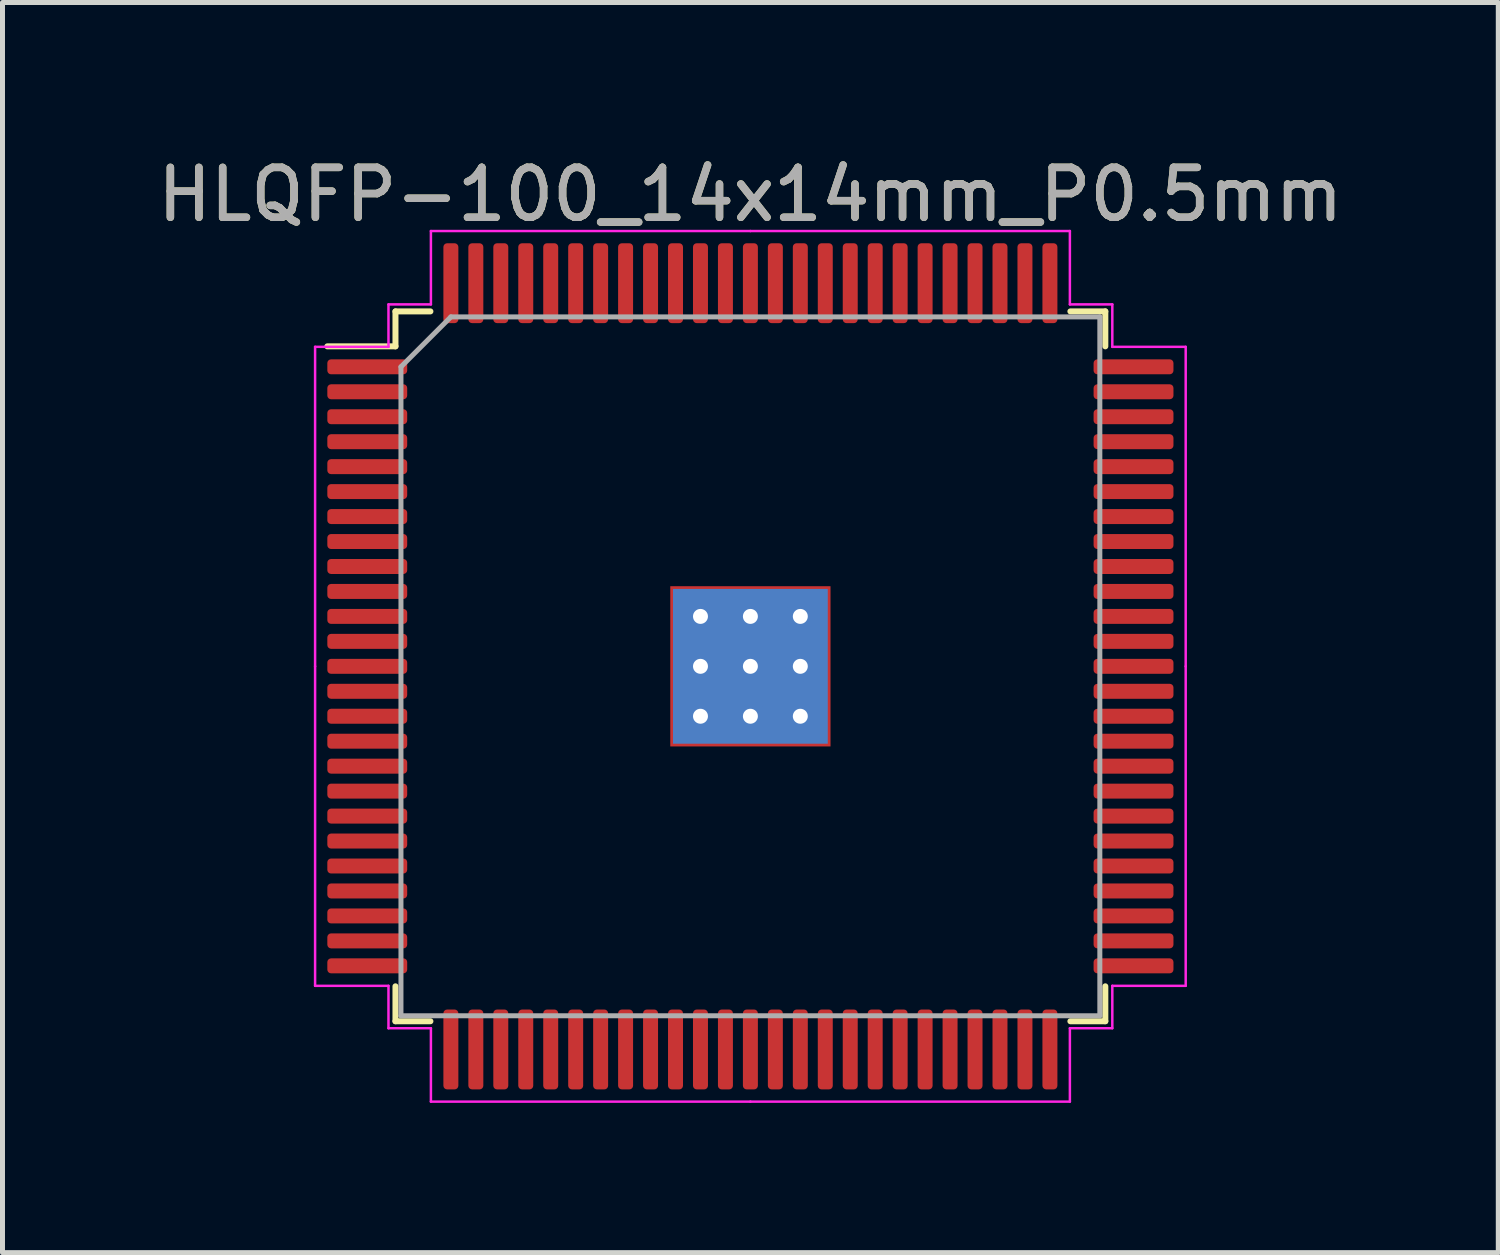
<source format=kicad_pcb>
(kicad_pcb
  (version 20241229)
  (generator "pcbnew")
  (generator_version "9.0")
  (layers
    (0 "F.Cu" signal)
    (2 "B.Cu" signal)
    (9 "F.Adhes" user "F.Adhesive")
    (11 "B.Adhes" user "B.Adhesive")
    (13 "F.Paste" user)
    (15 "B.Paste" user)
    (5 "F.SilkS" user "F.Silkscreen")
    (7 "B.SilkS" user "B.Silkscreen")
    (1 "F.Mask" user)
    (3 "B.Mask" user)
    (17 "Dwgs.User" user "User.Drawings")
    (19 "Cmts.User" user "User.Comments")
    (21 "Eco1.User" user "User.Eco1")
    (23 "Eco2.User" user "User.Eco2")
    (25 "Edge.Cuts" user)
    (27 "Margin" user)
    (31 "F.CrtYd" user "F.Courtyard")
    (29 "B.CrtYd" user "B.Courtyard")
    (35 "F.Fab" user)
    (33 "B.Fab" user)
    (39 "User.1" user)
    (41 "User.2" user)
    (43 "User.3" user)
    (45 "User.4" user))
  (footprint "HLQFP-100_14x14mm_P0.5mm"
    (layer "F.Cu")
    (at 11.982 10.298)
    (property "Reference" "HLQFP-100_14x14mm_P0.5mm" (at 0 -9.45 0) (layer "F.SilkS") (effects (font (size 1 1) (thickness 0.15))))
    (attr smd)
    (fp_line (start -7.11 -7.11) (end -7.11 -6.41) (stroke (width 0.12) (type solid)) (layer "F.SilkS"))
    (fp_line (start -7.11 -6.41) (end -8.475 -6.41) (stroke (width 0.12) (type solid)) (layer "F.SilkS"))
    (fp_line (start -7.11 7.11) (end -7.11 6.41) (stroke (width 0.12) (type solid)) (layer "F.SilkS"))
    (fp_line (start -6.41 -7.11) (end -7.11 -7.11) (stroke (width 0.12) (type solid)) (layer "F.SilkS"))
    (fp_line (start -6.41 7.11) (end -7.11 7.11) (stroke (width 0.12) (type solid)) (layer "F.SilkS"))
    (fp_line (start 6.41 -7.11) (end 7.11 -7.11) (stroke (width 0.12) (type solid)) (layer "F.SilkS"))
    (fp_line (start 6.41 7.11) (end 7.11 7.11) (stroke (width 0.12) (type solid)) (layer "F.SilkS"))
    (fp_line (start 7.11 -7.11) (end 7.11 -6.41) (stroke (width 0.12) (type solid)) (layer "F.SilkS"))
    (fp_line (start 7.11 7.11) (end 7.11 6.41) (stroke (width 0.12) (type solid)) (layer "F.SilkS"))
    (fp_rect (start -1.455 -1.455) (end -0.15 -0.15) (stroke (width 0.12) (type solid)) (fill yes) (layer "F.Paste"))
    (fp_rect (start -1.455 0.15) (end -0.15 1.455) (stroke (width 0.12) (type solid)) (fill yes) (layer "F.Paste"))
    (fp_rect (start 0.15 -1.456) (end 1.456 -0.15) (stroke (width 0.12) (type solid)) (fill yes) (layer "F.Paste"))
    (fp_rect (start 0.15 0.15) (end 1.455 1.455) (stroke (width 0.12) (type solid)) (fill yes) (layer "F.Paste"))
    (fp_line (start -8.72 -6.4) (end -8.72 0) (stroke (width 0.05) (type solid)) (layer "F.CrtYd"))
    (fp_line (start -8.72 6.4) (end -8.72 0) (stroke (width 0.05) (type solid)) (layer "F.CrtYd"))
    (fp_line (start -7.25 -7.25) (end -7.25 -6.4) (stroke (width 0.05) (type solid)) (layer "F.CrtYd"))
    (fp_line (start -7.25 -6.4) (end -8.72 -6.4) (stroke (width 0.05) (type solid)) (layer "F.CrtYd"))
    (fp_line (start -7.25 6.4) (end -8.72 6.4) (stroke (width 0.05) (type solid)) (layer "F.CrtYd"))
    (fp_line (start -7.25 7.25) (end -7.25 6.4) (stroke (width 0.05) (type solid)) (layer "F.CrtYd"))
    (fp_line (start -6.4 -8.72) (end -6.4 -7.25) (stroke (width 0.05) (type solid)) (layer "F.CrtYd"))
    (fp_line (start -6.4 -7.25) (end -7.25 -7.25) (stroke (width 0.05) (type solid)) (layer "F.CrtYd"))
    (fp_line (start -6.4 7.25) (end -7.25 7.25) (stroke (width 0.05) (type solid)) (layer "F.CrtYd"))
    (fp_line (start -6.4 8.72) (end -6.4 7.25) (stroke (width 0.05) (type solid)) (layer "F.CrtYd"))
    (fp_line (start 0 -8.72) (end -6.4 -8.72) (stroke (width 0.05) (type solid)) (layer "F.CrtYd"))
    (fp_line (start 0 -8.72) (end 6.4 -8.72) (stroke (width 0.05) (type solid)) (layer "F.CrtYd"))
    (fp_line (start 0 8.72) (end -6.4 8.72) (stroke (width 0.05) (type solid)) (layer "F.CrtYd"))
    (fp_line (start 0 8.72) (end 6.4 8.72) (stroke (width 0.05) (type solid)) (layer "F.CrtYd"))
    (fp_line (start 6.4 -8.72) (end 6.4 -7.25) (stroke (width 0.05) (type solid)) (layer "F.CrtYd"))
    (fp_line (start 6.4 -7.25) (end 7.25 -7.25) (stroke (width 0.05) (type solid)) (layer "F.CrtYd"))
    (fp_line (start 6.4 7.25) (end 7.25 7.25) (stroke (width 0.05) (type solid)) (layer "F.CrtYd"))
    (fp_line (start 6.4 8.72) (end 6.4 7.25) (stroke (width 0.05) (type solid)) (layer "F.CrtYd"))
    (fp_line (start 7.25 -7.25) (end 7.25 -6.4) (stroke (width 0.05) (type solid)) (layer "F.CrtYd"))
    (fp_line (start 7.25 -6.4) (end 8.72 -6.4) (stroke (width 0.05) (type solid)) (layer "F.CrtYd"))
    (fp_line (start 7.25 6.4) (end 8.72 6.4) (stroke (width 0.05) (type solid)) (layer "F.CrtYd"))
    (fp_line (start 7.25 7.25) (end 7.25 6.4) (stroke (width 0.05) (type solid)) (layer "F.CrtYd"))
    (fp_line (start 8.72 -6.4) (end 8.72 0) (stroke (width 0.05) (type solid)) (layer "F.CrtYd"))
    (fp_line (start 8.72 6.4) (end 8.72 0) (stroke (width 0.05) (type solid)) (layer "F.CrtYd"))
    (fp_line (start -7 -6) (end -6 -7) (stroke (width 0.1) (type solid)) (layer "F.Fab"))
    (fp_line (start -7 7) (end -7 -6) (stroke (width 0.1) (type solid)) (layer "F.Fab"))
    (fp_line (start -6 -7) (end 7 -7) (stroke (width 0.1) (type solid)) (layer "F.Fab"))
    (fp_line (start 7 -7) (end 7 7) (stroke (width 0.1) (type solid)) (layer "F.Fab"))
    (fp_line (start 7 7) (end -7 7) (stroke (width 0.1) (type solid)) (layer "F.Fab"))
    (fp_text user "${REFERENCE}" (at 0 -9.45 0) (layer "F.Fab") (effects (font (size 1 1) (thickness 0.15))))
    (pad "1" smd roundrect (at -7.675 -6) (size 1.6 0.3) (layers "F.Cu" "F.Mask" "F.Paste") (roundrect_rratio 0.25))
    (pad "2" smd roundrect (at -7.675 -5.5) (size 1.6 0.3) (layers "F.Cu" "F.Mask" "F.Paste") (roundrect_rratio 0.25))
    (pad "3" smd roundrect (at -7.675 -5) (size 1.6 0.3) (layers "F.Cu" "F.Mask" "F.Paste") (roundrect_rratio 0.25))
    (pad "4" smd roundrect (at -7.675 -4.5) (size 1.6 0.3) (layers "F.Cu" "F.Mask" "F.Paste") (roundrect_rratio 0.25))
    (pad "5" smd roundrect (at -7.675 -4) (size 1.6 0.3) (layers "F.Cu" "F.Mask" "F.Paste") (roundrect_rratio 0.25))
    (pad "6" smd roundrect (at -7.675 -3.5) (size 1.6 0.3) (layers "F.Cu" "F.Mask" "F.Paste") (roundrect_rratio 0.25))
    (pad "7" smd roundrect (at -7.675 -3) (size 1.6 0.3) (layers "F.Cu" "F.Mask" "F.Paste") (roundrect_rratio 0.25))
    (pad "8" smd roundrect (at -7.675 -2.5) (size 1.6 0.3) (layers "F.Cu" "F.Mask" "F.Paste") (roundrect_rratio 0.25))
    (pad "9" smd roundrect (at -7.675 -2) (size 1.6 0.3) (layers "F.Cu" "F.Mask" "F.Paste") (roundrect_rratio 0.25))
    (pad "10" smd roundrect (at -7.675 -1.5) (size 1.6 0.3) (layers "F.Cu" "F.Mask" "F.Paste") (roundrect_rratio 0.25))
    (pad "11" smd roundrect (at -7.675 -1) (size 1.6 0.3) (layers "F.Cu" "F.Mask" "F.Paste") (roundrect_rratio 0.25))
    (pad "12" smd roundrect (at -7.675 -0.5) (size 1.6 0.3) (layers "F.Cu" "F.Mask" "F.Paste") (roundrect_rratio 0.25))
    (pad "13" smd roundrect (at -7.675 0) (size 1.6 0.3) (layers "F.Cu" "F.Mask" "F.Paste") (roundrect_rratio 0.25))
    (pad "14" smd roundrect (at -7.675 0.5) (size 1.6 0.3) (layers "F.Cu" "F.Mask" "F.Paste") (roundrect_rratio 0.25))
    (pad "15" smd roundrect (at -7.675 1) (size 1.6 0.3) (layers "F.Cu" "F.Mask" "F.Paste") (roundrect_rratio 0.25))
    (pad "16" smd roundrect (at -7.675 1.5) (size 1.6 0.3) (layers "F.Cu" "F.Mask" "F.Paste") (roundrect_rratio 0.25))
    (pad "17" smd roundrect (at -7.675 2) (size 1.6 0.3) (layers "F.Cu" "F.Mask" "F.Paste") (roundrect_rratio 0.25))
    (pad "18" smd roundrect (at -7.675 2.5) (size 1.6 0.3) (layers "F.Cu" "F.Mask" "F.Paste") (roundrect_rratio 0.25))
    (pad "19" smd roundrect (at -7.675 3) (size 1.6 0.3) (layers "F.Cu" "F.Mask" "F.Paste") (roundrect_rratio 0.25))
    (pad "20" smd roundrect (at -7.675 3.5) (size 1.6 0.3) (layers "F.Cu" "F.Mask" "F.Paste") (roundrect_rratio 0.25))
    (pad "21" smd roundrect (at -7.675 4) (size 1.6 0.3) (layers "F.Cu" "F.Mask" "F.Paste") (roundrect_rratio 0.25))
    (pad "22" smd roundrect (at -7.675 4.5) (size 1.6 0.3) (layers "F.Cu" "F.Mask" "F.Paste") (roundrect_rratio 0.25))
    (pad "23" smd roundrect (at -7.675 5) (size 1.6 0.3) (layers "F.Cu" "F.Mask" "F.Paste") (roundrect_rratio 0.25))
    (pad "24" smd roundrect (at -7.675 5.5) (size 1.6 0.3) (layers "F.Cu" "F.Mask" "F.Paste") (roundrect_rratio 0.25))
    (pad "25" smd roundrect (at -7.675 6) (size 1.6 0.3) (layers "F.Cu" "F.Mask" "F.Paste") (roundrect_rratio 0.25))
    (pad "26" smd roundrect (at -6 7.675) (size 0.3 1.6) (layers "F.Cu" "F.Mask" "F.Paste") (roundrect_rratio 0.25))
    (pad "27" smd roundrect (at -5.5 7.675) (size 0.3 1.6) (layers "F.Cu" "F.Mask" "F.Paste") (roundrect_rratio 0.25))
    (pad "28" smd roundrect (at -5 7.675) (size 0.3 1.6) (layers "F.Cu" "F.Mask" "F.Paste") (roundrect_rratio 0.25))
    (pad "29" smd roundrect (at -4.5 7.675) (size 0.3 1.6) (layers "F.Cu" "F.Mask" "F.Paste") (roundrect_rratio 0.25))
    (pad "30" smd roundrect (at -4 7.675) (size 0.3 1.6) (layers "F.Cu" "F.Mask" "F.Paste") (roundrect_rratio 0.25))
    (pad "31" smd roundrect (at -3.5 7.675) (size 0.3 1.6) (layers "F.Cu" "F.Mask" "F.Paste") (roundrect_rratio 0.25))
    (pad "32" smd roundrect (at -3 7.675) (size 0.3 1.6) (layers "F.Cu" "F.Mask" "F.Paste") (roundrect_rratio 0.25))
    (pad "33" smd roundrect (at -2.5 7.675) (size 0.3 1.6) (layers "F.Cu" "F.Mask" "F.Paste") (roundrect_rratio 0.25))
    (pad "34" smd roundrect (at -2 7.675) (size 0.3 1.6) (layers "F.Cu" "F.Mask" "F.Paste") (roundrect_rratio 0.25))
    (pad "35" smd roundrect (at -1.5 7.675) (size 0.3 1.6) (layers "F.Cu" "F.Mask" "F.Paste") (roundrect_rratio 0.25))
    (pad "36" smd roundrect (at -1 7.675) (size 0.3 1.6) (layers "F.Cu" "F.Mask" "F.Paste") (roundrect_rratio 0.25))
    (pad "37" smd roundrect (at -0.5 7.675) (size 0.3 1.6) (layers "F.Cu" "F.Mask" "F.Paste") (roundrect_rratio 0.25))
    (pad "38" smd roundrect (at 0 7.675) (size 0.3 1.6) (layers "F.Cu" "F.Mask" "F.Paste") (roundrect_rratio 0.25))
    (pad "39" smd roundrect (at 0.5 7.675) (size 0.3 1.6) (layers "F.Cu" "F.Mask" "F.Paste") (roundrect_rratio 0.25))
    (pad "40" smd roundrect (at 1 7.675) (size 0.3 1.6) (layers "F.Cu" "F.Mask" "F.Paste") (roundrect_rratio 0.25))
    (pad "41" smd roundrect (at 1.5 7.675) (size 0.3 1.6) (layers "F.Cu" "F.Mask" "F.Paste") (roundrect_rratio 0.25))
    (pad "42" smd roundrect (at 2 7.675) (size 0.3 1.6) (layers "F.Cu" "F.Mask" "F.Paste") (roundrect_rratio 0.25))
    (pad "43" smd roundrect (at 2.5 7.675) (size 0.3 1.6) (layers "F.Cu" "F.Mask" "F.Paste") (roundrect_rratio 0.25))
    (pad "44" smd roundrect (at 3 7.675) (size 0.3 1.6) (layers "F.Cu" "F.Mask" "F.Paste") (roundrect_rratio 0.25))
    (pad "45" smd roundrect (at 3.5 7.675) (size 0.3 1.6) (layers "F.Cu" "F.Mask" "F.Paste") (roundrect_rratio 0.25))
    (pad "46" smd roundrect (at 4 7.675) (size 0.3 1.6) (layers "F.Cu" "F.Mask" "F.Paste") (roundrect_rratio 0.25))
    (pad "47" smd roundrect (at 4.5 7.675) (size 0.3 1.6) (layers "F.Cu" "F.Mask" "F.Paste") (roundrect_rratio 0.25))
    (pad "48" smd roundrect (at 5 7.675) (size 0.3 1.6) (layers "F.Cu" "F.Mask" "F.Paste") (roundrect_rratio 0.25))
    (pad "49" smd roundrect (at 5.5 7.675) (size 0.3 1.6) (layers "F.Cu" "F.Mask" "F.Paste") (roundrect_rratio 0.25))
    (pad "50" smd roundrect (at 6 7.675) (size 0.3 1.6) (layers "F.Cu" "F.Mask" "F.Paste") (roundrect_rratio 0.25))
    (pad "51" smd roundrect (at 7.675 6) (size 1.6 0.3) (layers "F.Cu" "F.Mask" "F.Paste") (roundrect_rratio 0.25))
    (pad "52" smd roundrect (at 7.675 5.5) (size 1.6 0.3) (layers "F.Cu" "F.Mask" "F.Paste") (roundrect_rratio 0.25))
    (pad "53" smd roundrect (at 7.675 5) (size 1.6 0.3) (layers "F.Cu" "F.Mask" "F.Paste") (roundrect_rratio 0.25))
    (pad "54" smd roundrect (at 7.675 4.5) (size 1.6 0.3) (layers "F.Cu" "F.Mask" "F.Paste") (roundrect_rratio 0.25))
    (pad "55" smd roundrect (at 7.675 4) (size 1.6 0.3) (layers "F.Cu" "F.Mask" "F.Paste") (roundrect_rratio 0.25))
    (pad "56" smd roundrect (at 7.675 3.5) (size 1.6 0.3) (layers "F.Cu" "F.Mask" "F.Paste") (roundrect_rratio 0.25))
    (pad "57" smd roundrect (at 7.675 3) (size 1.6 0.3) (layers "F.Cu" "F.Mask" "F.Paste") (roundrect_rratio 0.25))
    (pad "58" smd roundrect (at 7.675 2.5) (size 1.6 0.3) (layers "F.Cu" "F.Mask" "F.Paste") (roundrect_rratio 0.25))
    (pad "59" smd roundrect (at 7.675 2) (size 1.6 0.3) (layers "F.Cu" "F.Mask" "F.Paste") (roundrect_rratio 0.25))
    (pad "60" smd roundrect (at 7.675 1.5) (size 1.6 0.3) (layers "F.Cu" "F.Mask" "F.Paste") (roundrect_rratio 0.25))
    (pad "61" smd roundrect (at 7.675 1) (size 1.6 0.3) (layers "F.Cu" "F.Mask" "F.Paste") (roundrect_rratio 0.25))
    (pad "62" smd roundrect (at 7.675 0.5) (size 1.6 0.3) (layers "F.Cu" "F.Mask" "F.Paste") (roundrect_rratio 0.25))
    (pad "63" smd roundrect (at 7.675 0) (size 1.6 0.3) (layers "F.Cu" "F.Mask" "F.Paste") (roundrect_rratio 0.25))
    (pad "64" smd roundrect (at 7.675 -0.5) (size 1.6 0.3) (layers "F.Cu" "F.Mask" "F.Paste") (roundrect_rratio 0.25))
    (pad "65" smd roundrect (at 7.675 -1) (size 1.6 0.3) (layers "F.Cu" "F.Mask" "F.Paste") (roundrect_rratio 0.25))
    (pad "66" smd roundrect (at 7.675 -1.5) (size 1.6 0.3) (layers "F.Cu" "F.Mask" "F.Paste") (roundrect_rratio 0.25))
    (pad "67" smd roundrect (at 7.675 -2) (size 1.6 0.3) (layers "F.Cu" "F.Mask" "F.Paste") (roundrect_rratio 0.25))
    (pad "68" smd roundrect (at 7.675 -2.5) (size 1.6 0.3) (layers "F.Cu" "F.Mask" "F.Paste") (roundrect_rratio 0.25))
    (pad "69" smd roundrect (at 7.675 -3) (size 1.6 0.3) (layers "F.Cu" "F.Mask" "F.Paste") (roundrect_rratio 0.25))
    (pad "70" smd roundrect (at 7.675 -3.5) (size 1.6 0.3) (layers "F.Cu" "F.Mask" "F.Paste") (roundrect_rratio 0.25))
    (pad "71" smd roundrect (at 7.675 -4) (size 1.6 0.3) (layers "F.Cu" "F.Mask" "F.Paste") (roundrect_rratio 0.25))
    (pad "72" smd roundrect (at 7.675 -4.5) (size 1.6 0.3) (layers "F.Cu" "F.Mask" "F.Paste") (roundrect_rratio 0.25))
    (pad "73" smd roundrect (at 7.675 -5) (size 1.6 0.3) (layers "F.Cu" "F.Mask" "F.Paste") (roundrect_rratio 0.25))
    (pad "74" smd roundrect (at 7.675 -5.5) (size 1.6 0.3) (layers "F.Cu" "F.Mask" "F.Paste") (roundrect_rratio 0.25))
    (pad "75" smd roundrect (at 7.675 -6) (size 1.6 0.3) (layers "F.Cu" "F.Mask" "F.Paste") (roundrect_rratio 0.25))
    (pad "76" smd roundrect (at 6 -7.675) (size 0.3 1.6) (layers "F.Cu" "F.Mask" "F.Paste") (roundrect_rratio 0.25))
    (pad "77" smd roundrect (at 5.5 -7.675) (size 0.3 1.6) (layers "F.Cu" "F.Mask" "F.Paste") (roundrect_rratio 0.25))
    (pad "78" smd roundrect (at 5 -7.675) (size 0.3 1.6) (layers "F.Cu" "F.Mask" "F.Paste") (roundrect_rratio 0.25))
    (pad "79" smd roundrect (at 4.5 -7.675) (size 0.3 1.6) (layers "F.Cu" "F.Mask" "F.Paste") (roundrect_rratio 0.25))
    (pad "80" smd roundrect (at 4 -7.675) (size 0.3 1.6) (layers "F.Cu" "F.Mask" "F.Paste") (roundrect_rratio 0.25))
    (pad "81" smd roundrect (at 3.5 -7.675) (size 0.3 1.6) (layers "F.Cu" "F.Mask" "F.Paste") (roundrect_rratio 0.25))
    (pad "82" smd roundrect (at 3 -7.675) (size 0.3 1.6) (layers "F.Cu" "F.Mask" "F.Paste") (roundrect_rratio 0.25))
    (pad "83" smd roundrect (at 2.5 -7.675) (size 0.3 1.6) (layers "F.Cu" "F.Mask" "F.Paste") (roundrect_rratio 0.25))
    (pad "84" smd roundrect (at 2 -7.675) (size 0.3 1.6) (layers "F.Cu" "F.Mask" "F.Paste") (roundrect_rratio 0.25))
    (pad "85" smd roundrect (at 1.5 -7.675) (size 0.3 1.6) (layers "F.Cu" "F.Mask" "F.Paste") (roundrect_rratio 0.25))
    (pad "86" smd roundrect (at 1 -7.675) (size 0.3 1.6) (layers "F.Cu" "F.Mask" "F.Paste") (roundrect_rratio 0.25))
    (pad "87" smd roundrect (at 0.5 -7.675) (size 0.3 1.6) (layers "F.Cu" "F.Mask" "F.Paste") (roundrect_rratio 0.25))
    (pad "88" smd roundrect (at 0 -7.675) (size 0.3 1.6) (layers "F.Cu" "F.Mask" "F.Paste") (roundrect_rratio 0.25))
    (pad "89" smd roundrect (at -0.5 -7.675) (size 0.3 1.6) (layers "F.Cu" "F.Mask" "F.Paste") (roundrect_rratio 0.25))
    (pad "90" smd roundrect (at -1 -7.675) (size 0.3 1.6) (layers "F.Cu" "F.Mask" "F.Paste") (roundrect_rratio 0.25))
    (pad "91" smd roundrect (at -1.5 -7.675) (size 0.3 1.6) (layers "F.Cu" "F.Mask" "F.Paste") (roundrect_rratio 0.25))
    (pad "92" smd roundrect (at -2 -7.675) (size 0.3 1.6) (layers "F.Cu" "F.Mask" "F.Paste") (roundrect_rratio 0.25))
    (pad "93" smd roundrect (at -2.5 -7.675) (size 0.3 1.6) (layers "F.Cu" "F.Mask" "F.Paste") (roundrect_rratio 0.25))
    (pad "94" smd roundrect (at -3 -7.675) (size 0.3 1.6) (layers "F.Cu" "F.Mask" "F.Paste") (roundrect_rratio 0.25))
    (pad "95" smd roundrect (at -3.5 -7.675) (size 0.3 1.6) (layers "F.Cu" "F.Mask" "F.Paste") (roundrect_rratio 0.25))
    (pad "96" smd roundrect (at -4 -7.675) (size 0.3 1.6) (layers "F.Cu" "F.Mask" "F.Paste") (roundrect_rratio 0.25))
    (pad "97" smd roundrect (at -4.5 -7.675) (size 0.3 1.6) (layers "F.Cu" "F.Mask" "F.Paste") (roundrect_rratio 0.25))
    (pad "98" smd roundrect (at -5 -7.675) (size 0.3 1.6) (layers "F.Cu" "F.Mask" "F.Paste") (roundrect_rratio 0.25))
    (pad "99" smd roundrect (at -5.5 -7.675) (size 0.3 1.6) (layers "F.Cu" "F.Mask" "F.Paste") (roundrect_rratio 0.25))
    (pad "100" smd roundrect (at -6 -7.675) (size 0.3 1.6) (layers "F.Cu" "F.Mask" "F.Paste") (roundrect_rratio 0.25))
    (pad "101" thru_hole circle (at -1 -1) (size 0.6 0.6) (drill 0.3) (layers "*.Cu" "F.Mask"))
    (pad "101" thru_hole circle (at -1 0) (size 0.6 0.6) (drill 0.3) (layers "*.Cu" "F.Mask"))
    (pad "101" thru_hole circle (at -1 1) (size 0.6 0.6) (drill 0.3) (layers "*.Cu" "F.Mask"))
    (pad "101" thru_hole circle (at 0 -1) (size 0.6 0.6) (drill 0.3) (layers "*.Cu" "F.Mask"))
    (pad "101" thru_hole circle (at 0 0) (size 0.6 0.6) (drill 0.3) (layers "*.Cu" "F.Mask"))
    (pad "101" smd rect (at 0 0) (size 3.1 3.1) (layers "B.Cu"))
    (pad "101" smd rect (at 0 0) (size 3.21 3.21) (layers "F.Cu" "F.Mask"))
    (pad "101" thru_hole circle (at 0 1) (size 0.6 0.6) (drill 0.3) (layers "*.Cu" "F.Mask"))
    (pad "101" thru_hole circle (at 1 -1) (size 0.6 0.6) (drill 0.3) (layers "*.Cu" "F.Mask"))
    (pad "101" thru_hole circle (at 1 0) (size 0.6 0.6) (drill 0.3) (layers "*.Cu" "F.Mask"))
    (pad "101" thru_hole circle (at 1 1) (size 0.6 0.6) (drill 0.3) (layers "*.Cu" "F.Mask")))
  (gr_rect
    (start -3 -3)
    (end 26.964 22.043)
    (stroke (width 0.1) (type default))
    (fill no)
    (layer "Edge.Cuts")))
</source>
